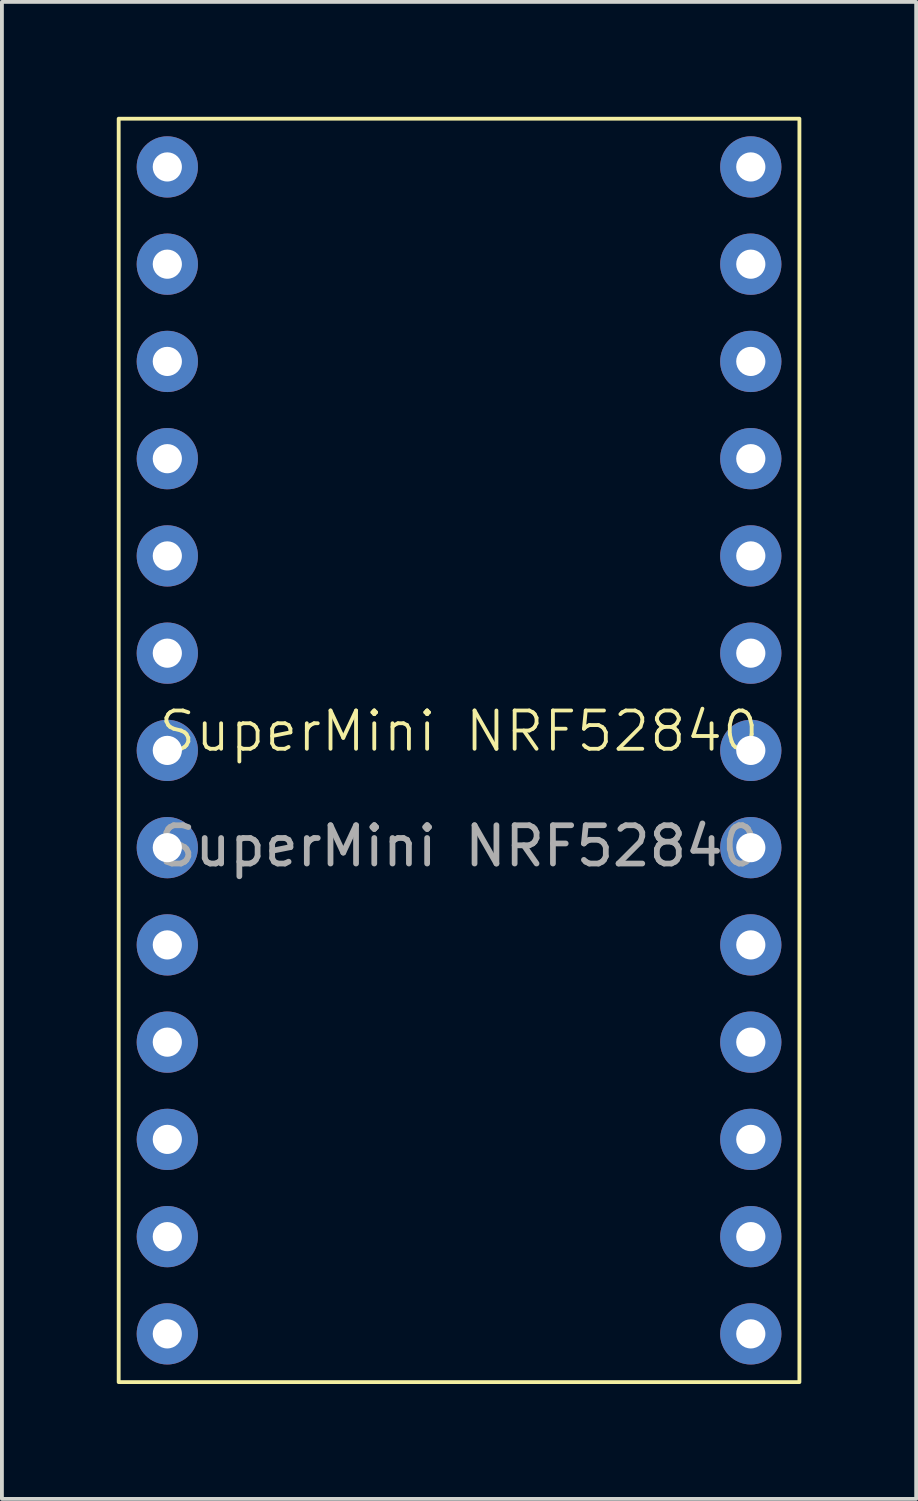
<source format=kicad_pcb>
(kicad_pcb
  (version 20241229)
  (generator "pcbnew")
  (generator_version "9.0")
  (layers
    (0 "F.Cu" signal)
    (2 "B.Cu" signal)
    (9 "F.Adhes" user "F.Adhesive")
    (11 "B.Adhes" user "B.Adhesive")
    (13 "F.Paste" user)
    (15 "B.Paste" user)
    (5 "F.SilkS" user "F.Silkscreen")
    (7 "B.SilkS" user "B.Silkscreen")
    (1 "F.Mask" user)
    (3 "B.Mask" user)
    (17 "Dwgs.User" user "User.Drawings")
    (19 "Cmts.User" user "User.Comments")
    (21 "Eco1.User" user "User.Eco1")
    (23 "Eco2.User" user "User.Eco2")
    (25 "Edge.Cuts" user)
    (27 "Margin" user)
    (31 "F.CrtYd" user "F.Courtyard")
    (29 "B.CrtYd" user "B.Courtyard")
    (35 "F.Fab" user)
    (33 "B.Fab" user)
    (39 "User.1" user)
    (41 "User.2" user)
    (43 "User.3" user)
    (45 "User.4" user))
  (footprint "SuperMini NRF52840"
    (layer "F.Cu")
    (at 8.94 16.55)
    (property "Reference" "SuperMini NRF52840" (at 0 -0.5 0) (unlocked yes) (layer "F.SilkS") (effects (font (size 1 1) (thickness 0.1))))
    (attr smd)
    (fp_rect (start -8.89 -16.5) (end 8.89 16.5) (stroke (width 0.1) (type solid)) (fill no) (layer "F.SilkS"))
    (fp_text user "${REFERENCE}" (at 0 2.5 0) (unlocked yes) (layer "F.Fab") (effects (font (size 1 1) (thickness 0.15))))
    (pad "1" thru_hole circle (at -7.62 -15.24) (size 1.6 1.6) (drill 0.762) (layers "*.Cu" "*.Mask"))
    (pad "2" thru_hole circle (at -7.62 -12.7) (size 1.6 1.6) (drill 0.762) (layers "*.Cu" "*.Mask"))
    (pad "3" thru_hole circle (at -7.62 -10.16) (size 1.6 1.6) (drill 0.762) (layers "*.Cu" "*.Mask"))
    (pad "4" thru_hole circle (at -7.62 -7.62) (size 1.6 1.6) (drill 0.762) (layers "*.Cu" "*.Mask"))
    (pad "5" thru_hole circle (at -7.62 -5.08) (size 1.6 1.6) (drill 0.762) (layers "*.Cu" "*.Mask"))
    (pad "6" thru_hole circle (at -7.62 -2.54) (size 1.6 1.6) (drill 0.762) (layers "*.Cu" "*.Mask"))
    (pad "7" thru_hole circle (at -7.62 0) (size 1.6 1.6) (drill 0.762) (layers "*.Cu" "*.Mask"))
    (pad "8" thru_hole circle (at -7.62 2.54) (size 1.6 1.6) (drill 0.762) (layers "*.Cu" "*.Mask"))
    (pad "9" thru_hole circle (at -7.62 5.08) (size 1.6 1.6) (drill 0.762) (layers "*.Cu" "*.Mask"))
    (pad "10" thru_hole circle (at -7.62 7.62) (size 1.6 1.6) (drill 0.762) (layers "*.Cu" "*.Mask"))
    (pad "11" thru_hole circle (at -7.62 10.16) (size 1.6 1.6) (drill 0.762) (layers "*.Cu" "*.Mask"))
    (pad "12" thru_hole circle (at -7.62 12.7) (size 1.6 1.6) (drill 0.762) (layers "*.Cu" "*.Mask"))
    (pad "13" thru_hole circle (at -7.62 15.24) (size 1.6 1.6) (drill 0.762) (layers "*.Cu" "*.Mask"))
    (pad "14" thru_hole circle (at 7.62 -15.24) (size 1.6 1.6) (drill 0.762) (layers "*.Cu" "*.Mask"))
    (pad "15" thru_hole circle (at 7.62 -12.7) (size 1.6 1.6) (drill 0.762) (layers "*.Cu" "*.Mask"))
    (pad "16" thru_hole circle (at 7.62 -10.16) (size 1.6 1.6) (drill 0.762) (layers "*.Cu" "*.Mask"))
    (pad "17" thru_hole circle (at 7.62 -7.62) (size 1.6 1.6) (drill 0.762) (layers "*.Cu" "*.Mask"))
    (pad "18" thru_hole circle (at 7.62 -5.08) (size 1.6 1.6) (drill 0.762) (layers "*.Cu" "*.Mask"))
    (pad "19" thru_hole circle (at 7.62 -2.54) (size 1.6 1.6) (drill 0.762) (layers "*.Cu" "*.Mask"))
    (pad "20" thru_hole circle (at 7.62 0) (size 1.6 1.6) (drill 0.762) (layers "*.Cu" "*.Mask"))
    (pad "21" thru_hole circle (at 7.62 2.54) (size 1.6 1.6) (drill 0.762) (layers "*.Cu" "*.Mask"))
    (pad "22" thru_hole circle (at 7.62 5.08) (size 1.6 1.6) (drill 0.762) (layers "*.Cu" "*.Mask"))
    (pad "23" thru_hole circle (at 7.62 7.62) (size 1.6 1.6) (drill 0.762) (layers "*.Cu" "*.Mask"))
    (pad "24" thru_hole circle (at 7.62 10.16) (size 1.6 1.6) (drill 0.762) (layers "*.Cu" "*.Mask"))
    (pad "25" thru_hole circle (at 7.62 12.7) (size 1.6 1.6) (drill 0.762) (layers "*.Cu" "*.Mask"))
    (pad "26" thru_hole circle (at 7.62 15.24) (size 1.6 1.6) (drill 0.762) (layers "*.Cu" "*.Mask")))
  (gr_rect
    (start -3 -3)
    (end 20.88 36.1)
    (stroke (width 0.1) (type default))
    (fill no)
    (layer "Edge.Cuts")))
</source>
